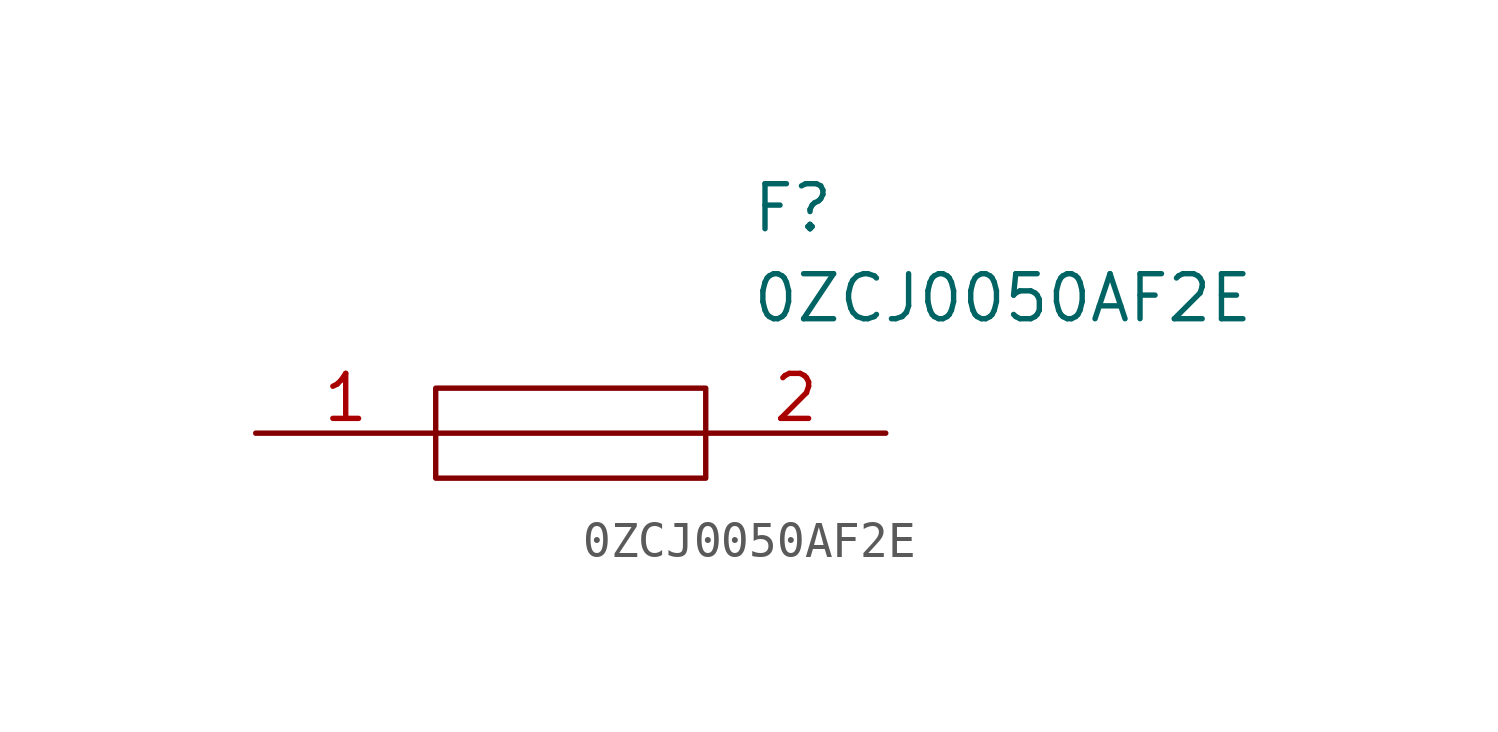
<source format=kicad_sym>
(kicad_symbol_lib
  (version 20211014)
  (generator kicad_symbol_editor)
  (symbol "0ZCJ0050AF2E"
    (pin_names
      (offset 0.762))
    (property "Reference" "F"
      (at 13.97 6.35 0)
      (effects (font (size 1.27 1.27)) (justify left)))
    (property "Value" "0ZCJ0050AF2E"
      (at 13.97 3.81 0)
      (effects (font (size 1.27 1.27)) (justify left)))
    (symbol "0ZCJ0050AF2E_0_0"
      (pin passive line (at 0 0 0) (length 5.08) (name "~" (effects (font (size 1.27 1.27)))) (number "1" (effects (font (size 1.27 1.27)))))
      (pin passive line (at 17.78 0 180) (length 5.08) (name "~" (effects (font (size 1.27 1.27)))) (number "2" (effects (font (size 1.27 1.27))))))
    (symbol "0ZCJ0050AF2E_0_1"
      (polyline (pts (xy 5.08 0) (xy 12.7 0)) (stroke (width 0.152) (type default) (color 0 0 0 0)) (fill (type none)))
      (polyline (pts (xy 5.08 1.27) (xy 12.7 1.27) (xy 12.7 -1.27) (xy 5.08 -1.27) (xy 5.08 1.27)) (stroke (width 0.152) (type default) (color 0 0 0 0)) (fill (type none))))))
</source>
